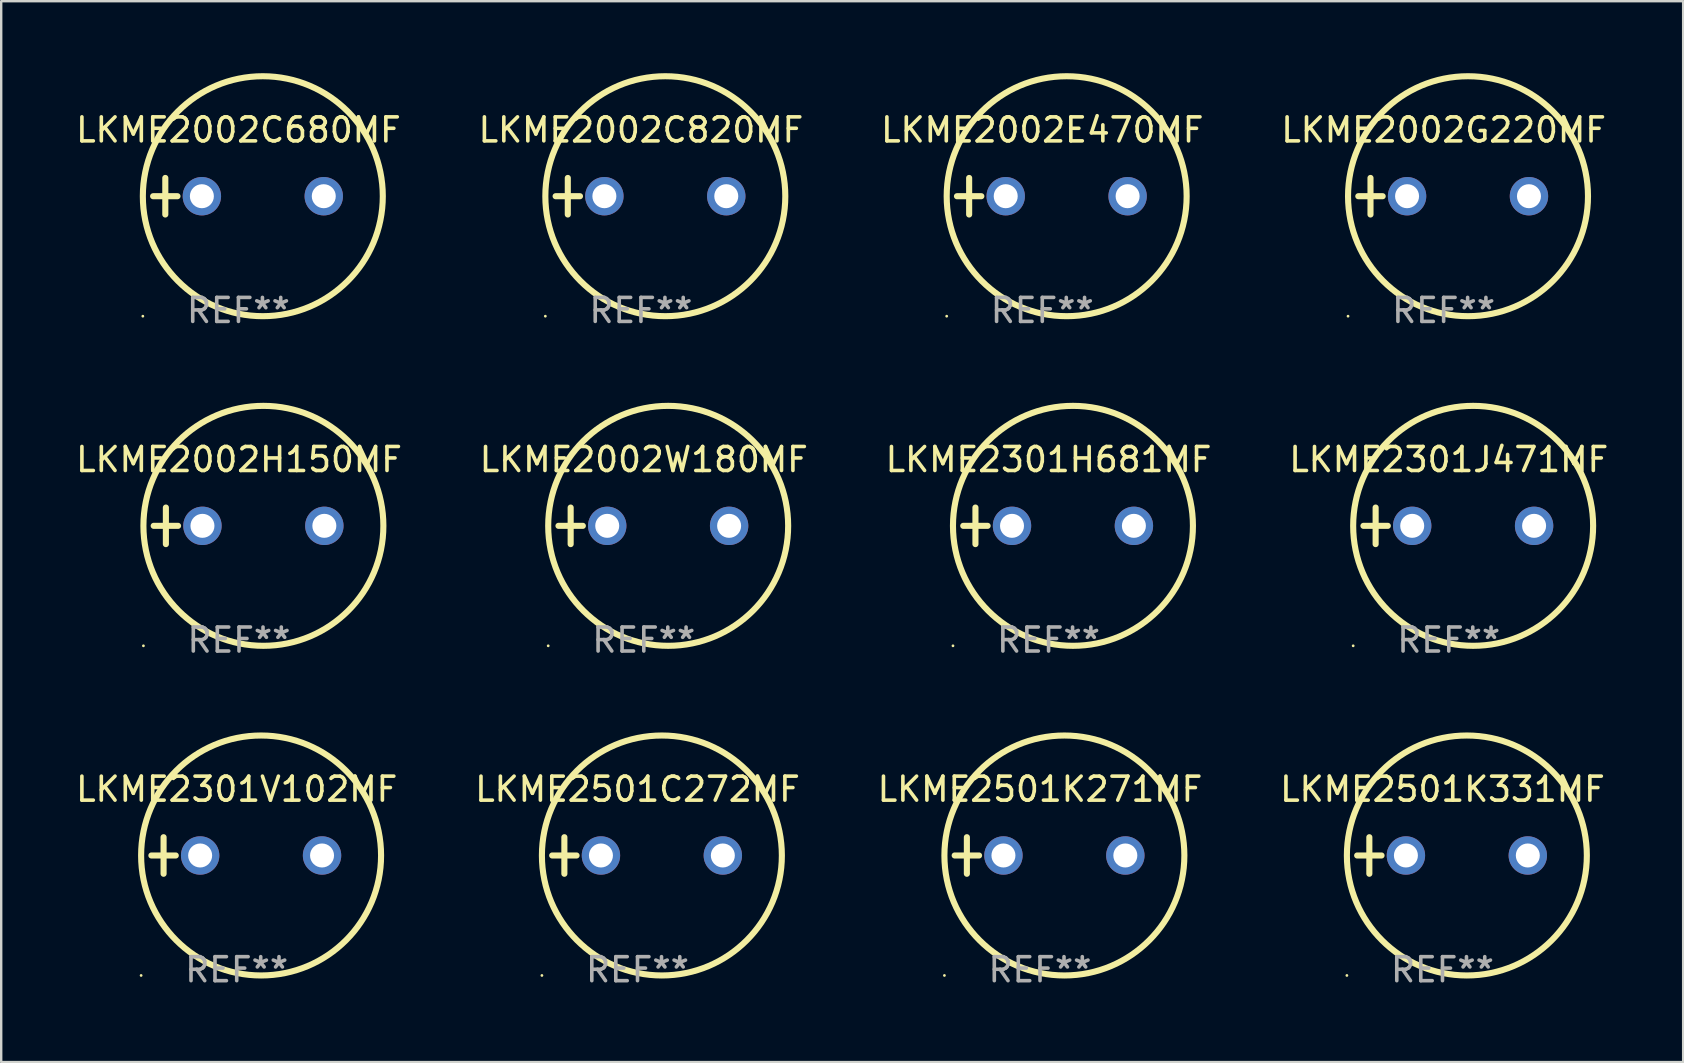
<source format=kicad_pcb>
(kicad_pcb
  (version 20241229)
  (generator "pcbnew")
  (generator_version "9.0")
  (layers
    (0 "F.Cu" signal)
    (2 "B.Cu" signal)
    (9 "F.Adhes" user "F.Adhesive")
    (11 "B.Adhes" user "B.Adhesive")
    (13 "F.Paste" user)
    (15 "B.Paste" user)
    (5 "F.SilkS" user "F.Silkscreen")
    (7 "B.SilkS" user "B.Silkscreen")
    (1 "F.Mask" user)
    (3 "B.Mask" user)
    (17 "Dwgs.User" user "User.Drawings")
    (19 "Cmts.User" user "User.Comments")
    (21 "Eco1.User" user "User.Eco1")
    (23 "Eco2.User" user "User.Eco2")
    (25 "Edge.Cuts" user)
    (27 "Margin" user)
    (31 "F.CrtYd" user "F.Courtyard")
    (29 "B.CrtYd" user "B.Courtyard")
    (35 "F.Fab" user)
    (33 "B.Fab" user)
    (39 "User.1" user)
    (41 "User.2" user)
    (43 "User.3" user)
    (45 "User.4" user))
  (footprint "LKME2301H681MF"
    (layer "F.Cu")
    (at 40.649 18.864)
    (property "Reference" "LKME2301H681MF" (at 0 -2.762 0) (layer "F.SilkS") (effects (font (size 1 1) (thickness 0.15))))
    (attr through_hole)
    (fp_line (start -3.556 0) (end -2.54 0) (stroke (width 0.254) (type solid)) (layer "F.SilkS"))
    (fp_line (start -3.048 -0.762) (end -3.048 0.762) (stroke (width 0.254) (type solid)) (layer "F.SilkS"))
    (fp_circle (center -3.984 5) (end -3.954 5) (stroke (width 0.06) (type solid)) (fill no) (layer "F.SilkS"))
    (fp_circle (center 1.016 0) (end 6.016 0) (stroke (width 0.254) (type solid)) (fill no) (layer "F.SilkS"))
    (fp_text user "REF**" (at 0 4.762 0) (layer "F.Fab") (effects (font (size 1 1) (thickness 0.15))))
    (pad "1" thru_hole circle (at -1.524 0) (size 1.6 1.6) (drill 1) (layers "*.Cu" "*.Mask"))
    (pad "2" thru_hole circle (at 3.556 0) (size 1.6 1.6) (drill 1) (layers "*.Cu" "*.Mask")))
  (footprint "LKME2002C680MF"
    (layer "F.Cu")
    (at 6.887 5.127)
    (property "Reference" "LKME2002C680MF" (at 0 -2.762 0) (layer "F.SilkS") (effects (font (size 1 1) (thickness 0.15))))
    (attr through_hole)
    (fp_line (start -3.556 0) (end -2.54 0) (stroke (width 0.254) (type solid)) (layer "F.SilkS"))
    (fp_line (start -3.048 -0.762) (end -3.048 0.762) (stroke (width 0.254) (type solid)) (layer "F.SilkS"))
    (fp_circle (center -3.984 5) (end -3.954 5) (stroke (width 0.06) (type solid)) (fill no) (layer "F.SilkS"))
    (fp_circle (center 1.016 0) (end 6.016 0) (stroke (width 0.254) (type solid)) (fill no) (layer "F.SilkS"))
    (fp_text user "REF**" (at 0 4.762 0) (layer "F.Fab") (effects (font (size 1 1) (thickness 0.15))))
    (pad "1" thru_hole circle (at -1.524 0) (size 1.6 1.6) (drill 1) (layers "*.Cu" "*.Mask"))
    (pad "2" thru_hole circle (at 3.556 0) (size 1.6 1.6) (drill 1) (layers "*.Cu" "*.Mask")))
  (footprint "LKME2002H150MF"
    (layer "F.Cu")
    (at 6.911 18.864)
    (property "Reference" "LKME2002H150MF" (at 0 -2.762 0) (layer "F.SilkS") (effects (font (size 1 1) (thickness 0.15))))
    (attr through_hole)
    (fp_line (start -3.556 0) (end -2.54 0) (stroke (width 0.254) (type solid)) (layer "F.SilkS"))
    (fp_line (start -3.048 -0.762) (end -3.048 0.762) (stroke (width 0.254) (type solid)) (layer "F.SilkS"))
    (fp_circle (center -3.984 5) (end -3.954 5) (stroke (width 0.06) (type solid)) (fill no) (layer "F.SilkS"))
    (fp_circle (center 1.016 0) (end 6.016 0) (stroke (width 0.254) (type solid)) (fill no) (layer "F.SilkS"))
    (fp_text user "REF**" (at 0 4.762 0) (layer "F.Fab") (effects (font (size 1 1) (thickness 0.15))))
    (pad "1" thru_hole circle (at -1.524 0) (size 1.6 1.6) (drill 1) (layers "*.Cu" "*.Mask"))
    (pad "2" thru_hole circle (at 3.556 0) (size 1.6 1.6) (drill 1) (layers "*.Cu" "*.Mask")))
  (footprint "LKME2002E470MF"
    (layer "F.Cu")
    (at 40.387 5.127)
    (property "Reference" "LKME2002E470MF" (at 0 -2.762 0) (layer "F.SilkS") (effects (font (size 1 1) (thickness 0.15))))
    (attr through_hole)
    (fp_line (start -3.556 0) (end -2.54 0) (stroke (width 0.254) (type solid)) (layer "F.SilkS"))
    (fp_line (start -3.048 -0.762) (end -3.048 0.762) (stroke (width 0.254) (type solid)) (layer "F.SilkS"))
    (fp_circle (center -3.984 5) (end -3.954 5) (stroke (width 0.06) (type solid)) (fill no) (layer "F.SilkS"))
    (fp_circle (center 1.016 0) (end 6.016 0) (stroke (width 0.254) (type solid)) (fill no) (layer "F.SilkS"))
    (fp_text user "REF**" (at 0 4.762 0) (layer "F.Fab") (effects (font (size 1 1) (thickness 0.15))))
    (pad "1" thru_hole circle (at -1.524 0) (size 1.6 1.6) (drill 1) (layers "*.Cu" "*.Mask"))
    (pad "2" thru_hole circle (at 3.556 0) (size 1.6 1.6) (drill 1) (layers "*.Cu" "*.Mask")))
  (footprint "LKME2002W180MF"
    (layer "F.Cu")
    (at 23.78 18.864)
    (property "Reference" "LKME2002W180MF" (at 0 -2.762 0) (layer "F.SilkS") (effects (font (size 1 1) (thickness 0.15))))
    (attr through_hole)
    (fp_line (start -3.556 0) (end -2.54 0) (stroke (width 0.254) (type solid)) (layer "F.SilkS"))
    (fp_line (start -3.048 -0.762) (end -3.048 0.762) (stroke (width 0.254) (type solid)) (layer "F.SilkS"))
    (fp_circle (center -3.984 5) (end -3.954 5) (stroke (width 0.06) (type solid)) (fill no) (layer "F.SilkS"))
    (fp_circle (center 1.016 0) (end 6.016 0) (stroke (width 0.254) (type solid)) (fill no) (layer "F.SilkS"))
    (fp_text user "REF**" (at 0 4.762 0) (layer "F.Fab") (effects (font (size 1 1) (thickness 0.15))))
    (pad "1" thru_hole circle (at -1.524 0) (size 1.6 1.6) (drill 1) (layers "*.Cu" "*.Mask"))
    (pad "2" thru_hole circle (at 3.556 0) (size 1.6 1.6) (drill 1) (layers "*.Cu" "*.Mask")))
  (footprint "LKME2501K331MF"
    (layer "F.Cu")
    (at 57.065 32.602)
    (property "Reference" "LKME2501K331MF" (at 0 -2.762 0) (layer "F.SilkS") (effects (font (size 1 1) (thickness 0.15))))
    (attr through_hole)
    (fp_line (start -3.556 0) (end -2.54 0) (stroke (width 0.254) (type solid)) (layer "F.SilkS"))
    (fp_line (start -3.048 -0.762) (end -3.048 0.762) (stroke (width 0.254) (type solid)) (layer "F.SilkS"))
    (fp_circle (center -3.984 5) (end -3.954 5) (stroke (width 0.06) (type solid)) (fill no) (layer "F.SilkS"))
    (fp_circle (center 1.016 0) (end 6.016 0) (stroke (width 0.254) (type solid)) (fill no) (layer "F.SilkS"))
    (fp_text user "REF**" (at 0 4.762 0) (layer "F.Fab") (effects (font (size 1 1) (thickness 0.15))))
    (pad "1" thru_hole circle (at -1.524 0) (size 1.6 1.6) (drill 1) (layers "*.Cu" "*.Mask"))
    (pad "2" thru_hole circle (at 3.556 0) (size 1.6 1.6) (drill 1) (layers "*.Cu" "*.Mask")))
  (footprint "LKME2501C272MF"
    (layer "F.Cu")
    (at 23.518 32.602)
    (property "Reference" "LKME2501C272MF" (at 0 -2.762 0) (layer "F.SilkS") (effects (font (size 1 1) (thickness 0.15))))
    (attr through_hole)
    (fp_line (start -3.556 0) (end -2.54 0) (stroke (width 0.254) (type solid)) (layer "F.SilkS"))
    (fp_line (start -3.048 -0.762) (end -3.048 0.762) (stroke (width 0.254) (type solid)) (layer "F.SilkS"))
    (fp_circle (center -3.984 5) (end -3.954 5) (stroke (width 0.06) (type solid)) (fill no) (layer "F.SilkS"))
    (fp_circle (center 1.016 0) (end 6.016 0) (stroke (width 0.254) (type solid)) (fill no) (layer "F.SilkS"))
    (fp_text user "REF**" (at 0 4.762 0) (layer "F.Fab") (effects (font (size 1 1) (thickness 0.15))))
    (pad "1" thru_hole circle (at -1.524 0) (size 1.6 1.6) (drill 1) (layers "*.Cu" "*.Mask"))
    (pad "2" thru_hole circle (at 3.556 0) (size 1.6 1.6) (drill 1) (layers "*.Cu" "*.Mask")))
  (footprint "LKME2301J471MF"
    (layer "F.Cu")
    (at 57.327 18.864)
    (property "Reference" "LKME2301J471MF" (at 0 -2.762 0) (layer "F.SilkS") (effects (font (size 1 1) (thickness 0.15))))
    (attr through_hole)
    (fp_line (start -3.556 0) (end -2.54 0) (stroke (width 0.254) (type solid)) (layer "F.SilkS"))
    (fp_line (start -3.048 -0.762) (end -3.048 0.762) (stroke (width 0.254) (type solid)) (layer "F.SilkS"))
    (fp_circle (center -3.984 5) (end -3.954 5) (stroke (width 0.06) (type solid)) (fill no) (layer "F.SilkS"))
    (fp_circle (center 1.016 0) (end 6.016 0) (stroke (width 0.254) (type solid)) (fill no) (layer "F.SilkS"))
    (fp_text user "REF**" (at 0 4.762 0) (layer "F.Fab") (effects (font (size 1 1) (thickness 0.15))))
    (pad "1" thru_hole circle (at -1.524 0) (size 1.6 1.6) (drill 1) (layers "*.Cu" "*.Mask"))
    (pad "2" thru_hole circle (at 3.556 0) (size 1.6 1.6) (drill 1) (layers "*.Cu" "*.Mask")))
  (footprint "LKME2002G220MF"
    (layer "F.Cu")
    (at 57.113 5.127)
    (property "Reference" "LKME2002G220MF" (at 0 -2.762 0) (layer "F.SilkS") (effects (font (size 1 1) (thickness 0.15))))
    (attr through_hole)
    (fp_line (start -3.556 0) (end -2.54 0) (stroke (width 0.254) (type solid)) (layer "F.SilkS"))
    (fp_line (start -3.048 -0.762) (end -3.048 0.762) (stroke (width 0.254) (type solid)) (layer "F.SilkS"))
    (fp_circle (center -3.984 5) (end -3.954 5) (stroke (width 0.06) (type solid)) (fill no) (layer "F.SilkS"))
    (fp_circle (center 1.016 0) (end 6.016 0) (stroke (width 0.254) (type solid)) (fill no) (layer "F.SilkS"))
    (fp_text user "REF**" (at 0 4.762 0) (layer "F.Fab") (effects (font (size 1 1) (thickness 0.15))))
    (pad "1" thru_hole circle (at -1.524 0) (size 1.6 1.6) (drill 1) (layers "*.Cu" "*.Mask"))
    (pad "2" thru_hole circle (at 3.556 0) (size 1.6 1.6) (drill 1) (layers "*.Cu" "*.Mask")))
  (footprint "LKME2501K271MF"
    (layer "F.Cu")
    (at 40.292 32.602)
    (property "Reference" "LKME2501K271MF" (at 0 -2.762 0) (layer "F.SilkS") (effects (font (size 1 1) (thickness 0.15))))
    (attr through_hole)
    (fp_line (start -3.556 0) (end -2.54 0) (stroke (width 0.254) (type solid)) (layer "F.SilkS"))
    (fp_line (start -3.048 -0.762) (end -3.048 0.762) (stroke (width 0.254) (type solid)) (layer "F.SilkS"))
    (fp_circle (center -3.984 5) (end -3.954 5) (stroke (width 0.06) (type solid)) (fill no) (layer "F.SilkS"))
    (fp_circle (center 1.016 0) (end 6.016 0) (stroke (width 0.254) (type solid)) (fill no) (layer "F.SilkS"))
    (fp_text user "REF**" (at 0 4.762 0) (layer "F.Fab") (effects (font (size 1 1) (thickness 0.15))))
    (pad "1" thru_hole circle (at -1.524 0) (size 1.6 1.6) (drill 1) (layers "*.Cu" "*.Mask"))
    (pad "2" thru_hole circle (at 3.556 0) (size 1.6 1.6) (drill 1) (layers "*.Cu" "*.Mask")))
  (footprint "LKME2002C820MF"
    (layer "F.Cu")
    (at 23.661 5.127)
    (property "Reference" "LKME2002C820MF" (at 0 -2.762 0) (layer "F.SilkS") (effects (font (size 1 1) (thickness 0.15))))
    (attr through_hole)
    (fp_line (start -3.556 0) (end -2.54 0) (stroke (width 0.254) (type solid)) (layer "F.SilkS"))
    (fp_line (start -3.048 -0.762) (end -3.048 0.762) (stroke (width 0.254) (type solid)) (layer "F.SilkS"))
    (fp_circle (center -3.984 5) (end -3.954 5) (stroke (width 0.06) (type solid)) (fill no) (layer "F.SilkS"))
    (fp_circle (center 1.016 0) (end 6.016 0) (stroke (width 0.254) (type solid)) (fill no) (layer "F.SilkS"))
    (fp_text user "REF**" (at 0 4.762 0) (layer "F.Fab") (effects (font (size 1 1) (thickness 0.15))))
    (pad "1" thru_hole circle (at -1.524 0) (size 1.6 1.6) (drill 1) (layers "*.Cu" "*.Mask"))
    (pad "2" thru_hole circle (at 3.556 0) (size 1.6 1.6) (drill 1) (layers "*.Cu" "*.Mask")))
  (footprint "LKME2301V102MF"
    (layer "F.Cu")
    (at 6.815 32.602)
    (property "Reference" "LKME2301V102MF" (at 0 -2.762 0) (layer "F.SilkS") (effects (font (size 1 1) (thickness 0.15))))
    (attr through_hole)
    (fp_line (start -3.556 0) (end -2.54 0) (stroke (width 0.254) (type solid)) (layer "F.SilkS"))
    (fp_line (start -3.048 -0.762) (end -3.048 0.762) (stroke (width 0.254) (type solid)) (layer "F.SilkS"))
    (fp_circle (center -3.984 5) (end -3.954 5) (stroke (width 0.06) (type solid)) (fill no) (layer "F.SilkS"))
    (fp_circle (center 1.016 0) (end 6.016 0) (stroke (width 0.254) (type solid)) (fill no) (layer "F.SilkS"))
    (fp_text user "REF**" (at 0 4.762 0) (layer "F.Fab") (effects (font (size 1 1) (thickness 0.15))))
    (pad "1" thru_hole circle (at -1.524 0) (size 1.6 1.6) (drill 1) (layers "*.Cu" "*.Mask"))
    (pad "2" thru_hole circle (at 3.556 0) (size 1.6 1.6) (drill 1) (layers "*.Cu" "*.Mask")))
  (gr_rect
    (start -3 -3)
    (end 67.095 41.212)
    (stroke (width 0.1) (type default))
    (fill no)
    (layer "Edge.Cuts")))
</source>
